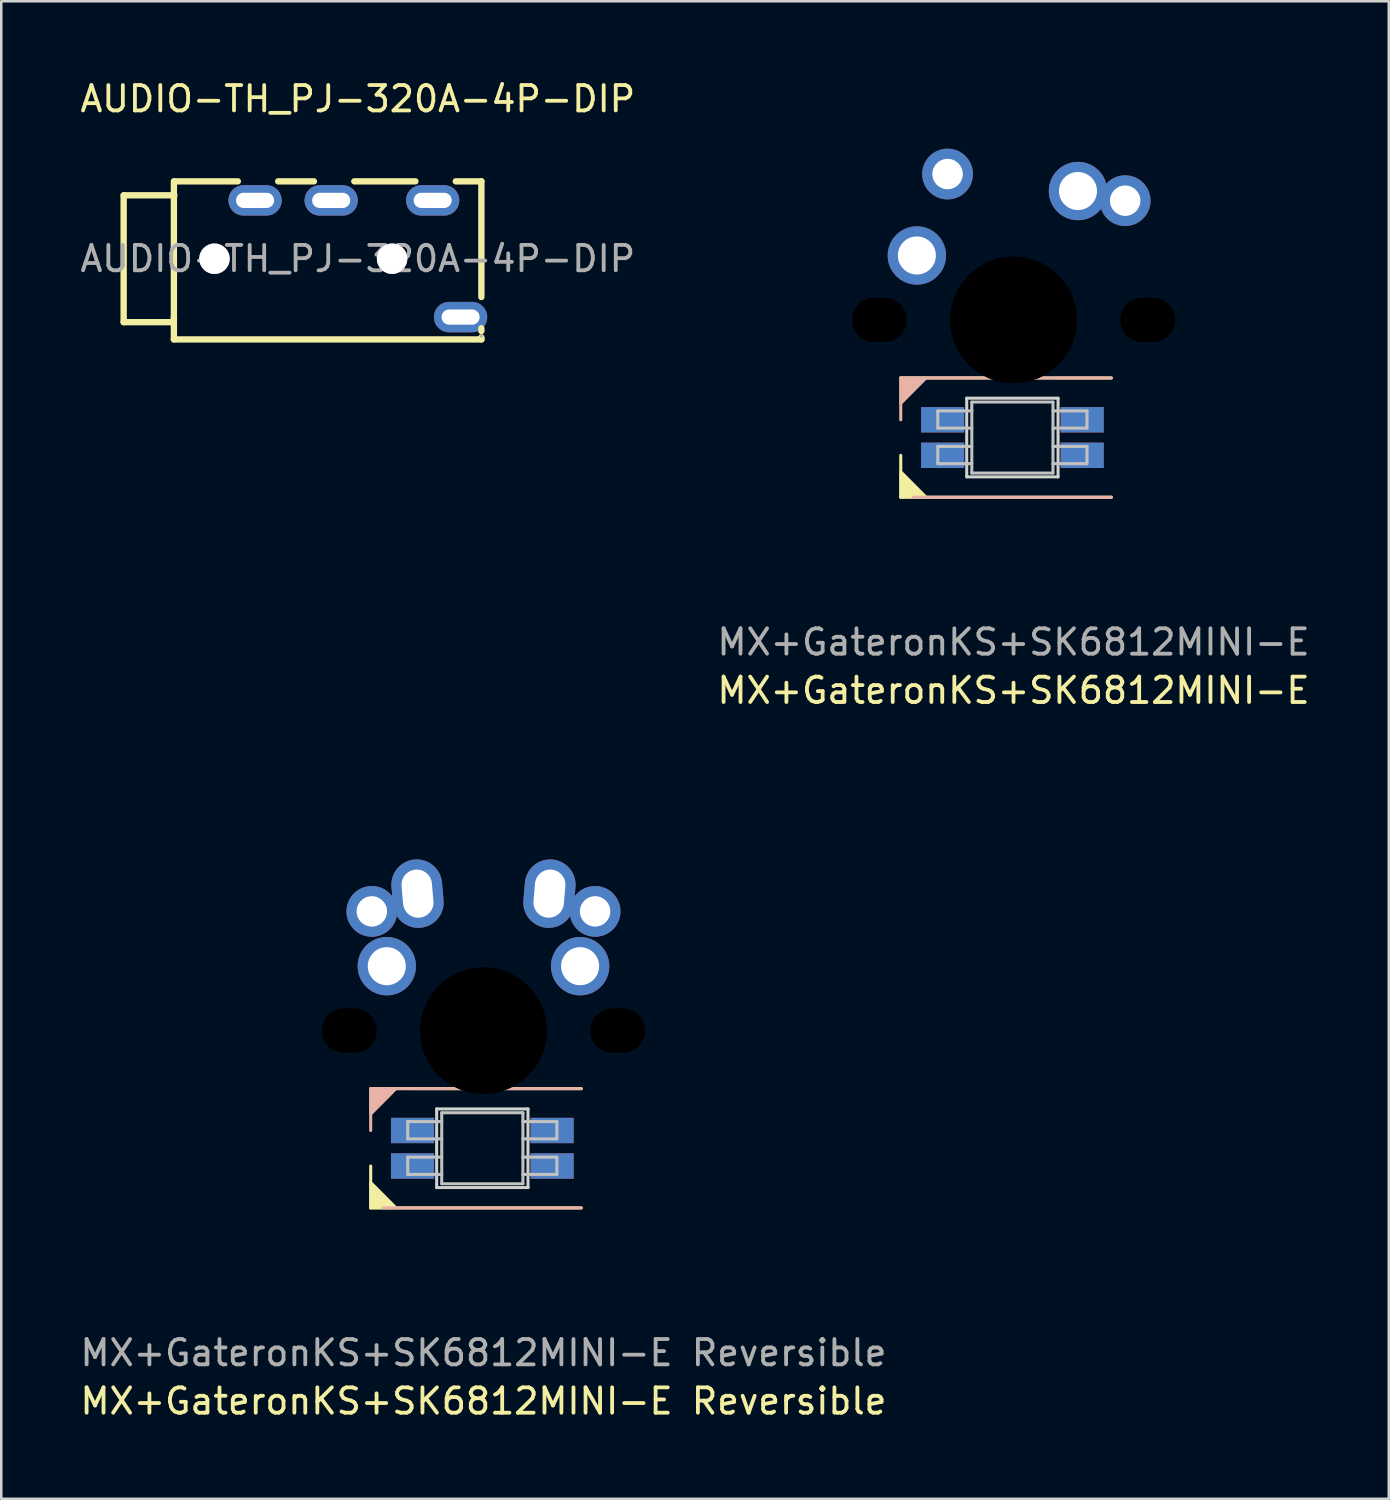
<source format=kicad_pcb>
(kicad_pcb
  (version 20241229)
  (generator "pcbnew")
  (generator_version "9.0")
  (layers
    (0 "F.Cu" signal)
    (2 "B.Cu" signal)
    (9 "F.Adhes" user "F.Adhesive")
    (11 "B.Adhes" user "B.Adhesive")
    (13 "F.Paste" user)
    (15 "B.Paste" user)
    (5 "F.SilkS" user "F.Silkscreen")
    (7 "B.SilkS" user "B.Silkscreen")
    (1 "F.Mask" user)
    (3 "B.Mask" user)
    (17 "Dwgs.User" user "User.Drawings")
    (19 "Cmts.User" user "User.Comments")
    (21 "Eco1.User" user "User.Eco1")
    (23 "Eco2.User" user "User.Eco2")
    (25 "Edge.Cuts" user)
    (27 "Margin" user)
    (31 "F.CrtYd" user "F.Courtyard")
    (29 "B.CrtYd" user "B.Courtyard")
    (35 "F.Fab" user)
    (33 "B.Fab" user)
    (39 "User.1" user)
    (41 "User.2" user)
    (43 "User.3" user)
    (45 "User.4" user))
  (footprint "MX+GateronKS+SK6812MINI-E Reversible"
    (layer "F.Cu")
    (at 16.006 37.573)
    (property "Reference" "MX+GateronKS+SK6812MINI-E Reversible" (at 0 14.605 0) (unlocked yes) (layer "F.SilkS") (effects (font (size 1 1) (thickness 0.15))))
    (attr through_hole)
    (fp_line (start -4.445 2.286) (end 3.855 2.289) (stroke (width 0.12) (type solid)) (layer "F.SilkS"))
    (fp_line (start -4.445 6.989) (end -4.445 5.338) (stroke (width 0.12) (type solid)) (layer "F.SilkS"))
    (fp_line (start 3.855 6.989) (end -4.445 6.989) (stroke (width 0.12) (type solid)) (layer "F.SilkS"))
    (fp_poly (pts (xy -3.437 6.986) (xy -4.445 6.989) (xy -4.445 5.973)) (stroke (width 0.1) (type solid)) (fill yes) (layer "F.SilkS"))
    (fp_line (start -4.445 2.286) (end -4.445 3.937) (stroke (width 0.12) (type solid)) (layer "B.SilkS"))
    (fp_line (start -3.945 6.986) (end 3.855 6.986) (stroke (width 0.12) (type solid)) (layer "B.SilkS"))
    (fp_line (start 3.855 2.286) (end -4.445 2.286) (stroke (width 0.12) (type solid)) (layer "B.SilkS"))
    (fp_poly (pts (xy -4.445 3.302) (xy -4.445 2.286) (xy -3.437 2.286)) (stroke (width 0.1) (type solid)) (fill yes) (layer "B.SilkS"))
    (fp_line (start -2.985 3.586) (end -2.985 4.266) (stroke (width 0.12) (type solid)) (layer "Dwgs.User"))
    (fp_line (start -2.985 4.266) (end -1.645 4.266) (stroke (width 0.12) (type solid)) (layer "Dwgs.User"))
    (fp_line (start -2.985 4.986) (end -2.985 5.666) (stroke (width 0.12) (type solid)) (layer "Dwgs.User"))
    (fp_line (start -2.985 5.666) (end -1.645 5.666) (stroke (width 0.12) (type solid)) (layer "Dwgs.User"))
    (fp_line (start -1.645 3.236) (end -1.645 6.036) (stroke (width 0.12) (type solid)) (layer "Dwgs.User"))
    (fp_line (start -1.645 3.236) (end 1.555 3.236) (stroke (width 0.12) (type solid)) (layer "Dwgs.User"))
    (fp_line (start -1.645 3.586) (end -2.985 3.586) (stroke (width 0.12) (type solid)) (layer "Dwgs.User"))
    (fp_line (start -1.645 4.986) (end -2.985 4.986) (stroke (width 0.12) (type solid)) (layer "Dwgs.User"))
    (fp_line (start -1.645 6.036) (end 1.555 6.036) (stroke (width 0.12) (type solid)) (layer "Dwgs.User"))
    (fp_line (start 1.555 3.236) (end 1.555 6.036) (stroke (width 0.12) (type solid)) (layer "Dwgs.User"))
    (fp_line (start 1.555 4.266) (end 2.895 4.266) (stroke (width 0.12) (type solid)) (layer "Dwgs.User"))
    (fp_line (start 1.555 5.666) (end 2.895 5.666) (stroke (width 0.12) (type solid)) (layer "Dwgs.User"))
    (fp_line (start 2.895 3.586) (end 1.555 3.586) (stroke (width 0.12) (type solid)) (layer "Dwgs.User"))
    (fp_line (start 2.895 4.266) (end 2.895 3.586) (stroke (width 0.12) (type solid)) (layer "Dwgs.User"))
    (fp_line (start 2.895 4.986) (end 1.555 4.986) (stroke (width 0.12) (type solid)) (layer "Dwgs.User"))
    (fp_line (start 2.895 5.666) (end 2.895 4.986) (stroke (width 0.12) (type solid)) (layer "Dwgs.User"))
    (fp_line (start -1.845 3.086) (end -1.845 6.186) (stroke (width 0.12) (type solid)) (layer "Edge.Cuts"))
    (fp_line (start -1.845 6.186) (end 1.755 6.186) (stroke (width 0.12) (type solid)) (layer "Edge.Cuts"))
    (fp_line (start 1.755 3.086) (end -1.845 3.086) (stroke (width 0.12) (type solid)) (layer "Edge.Cuts"))
    (fp_line (start 1.755 6.186) (end 1.755 3.086) (stroke (width 0.12) (type solid)) (layer "Edge.Cuts"))
    (fp_line (start -7.5 -7) (end -7 -7.5) (stroke (width 0.12) (type solid)) (layer "User.1"))
    (fp_line (start -7.5 7) (end -7.5 -7) (stroke (width 0.12) (type solid)) (layer "User.1"))
    (fp_line (start -7 -7.5) (end 7 -7.5) (stroke (width 0.12) (type solid)) (layer "User.1"))
    (fp_line (start -7 7.5) (end -7.5 7) (stroke (width 0.12) (type solid)) (layer "User.1"))
    (fp_line (start 7 -7.5) (end 7.5 -7) (stroke (width 0.12) (type solid)) (layer "User.1"))
    (fp_line (start 7 7.5) (end -7 7.5) (stroke (width 0.12) (type solid)) (layer "User.1"))
    (fp_line (start 7.5 -7) (end 7.5 7) (stroke (width 0.12) (type solid)) (layer "User.1"))
    (fp_line (start 7.5 7) (end 7 7.5) (stroke (width 0.12) (type solid)) (layer "User.1"))
    (fp_rect (start 9.5 9.5) (end -9.5 -9.5) (stroke (width 0.12) (type solid)) (fill no) (layer "User.1"))
    (fp_line (start -7.5 -7.5) (end 7.5 -7.5) (stroke (width 0.2) (type solid)) (layer "User.2"))
    (fp_line (start -7.5 7.5) (end -7.5 -7.5) (stroke (width 0.2) (type solid)) (layer "User.2"))
    (fp_line (start -3.1 -5.9) (end -2.1 -5.9) (stroke (width 0.2) (type solid)) (layer "User.2"))
    (fp_line (start -3.1 -5.6) (end -3.1 -5.9) (stroke (width 0.2) (type solid)) (layer "User.2"))
    (fp_line (start -2.1 -5.9) (end -2.1 -5.6) (stroke (width 0.2) (type solid)) (layer "User.2"))
    (fp_line (start -2.1 -5.6) (end -3.1 -5.6) (stroke (width 0.2) (type solid)) (layer "User.2"))
    (fp_line (start -1.8 3.5) (end -1.8 5.75) (stroke (width 0.2) (type solid)) (layer "User.2"))
    (fp_line (start -1.8 5.75) (end 3.2 5.75) (stroke (width 0.2) (type solid)) (layer "User.2"))
    (fp_line (start 3.2 3.5) (end -1.8 3.5) (stroke (width 0.2) (type solid)) (layer "User.2"))
    (fp_line (start 3.2 5.75) (end 3.2 3.5) (stroke (width 0.2) (type solid)) (layer "User.2"))
    (fp_line (start 4.25 -4.925) (end 4.55 -4.925) (stroke (width 0.2) (type solid)) (layer "User.2"))
    (fp_line (start 4.25 -4.475) (end 4.25 -4.925) (stroke (width 0.2) (type solid)) (layer "User.2"))
    (fp_line (start 4.55 -4.925) (end 4.55 -4.475) (stroke (width 0.2) (type solid)) (layer "User.2"))
    (fp_line (start 4.55 -4.475) (end 4.25 -4.475) (stroke (width 0.2) (type solid)) (layer "User.2"))
    (fp_line (start 7.5 -7.5) (end 7.5 7.5) (stroke (width 0.2) (type solid)) (layer "User.2"))
    (fp_line (start 7.5 7.5) (end -7.5 7.5) (stroke (width 0.2) (type solid)) (layer "User.2"))
    (fp_circle (center 0 0) (end -2.525 0) (stroke (width 0.2) (type solid)) (fill no) (layer "User.2"))
    (fp_text user "${REFERENCE}" (at 0 12.7 0) (unlocked yes) (layer "F.Fab") (effects (font (size 1 1) (thickness 0.15))))
    (pad "" np_thru_hole oval (at -5.29 0 180) (size 2.17 1.75) (drill oval 2.17 1.75) (layers "*.Mask"))
    (pad "" np_thru_hole circle (at 0 0 180) (size 5.2 5.2) (drill 5) (layers "*.Mask"))
    (pad "" np_thru_hole oval (at 5.29 0 180) (size 2.17 1.75) (drill oval 2.17 1.75) (layers "*.Mask"))
    (pad "1" thru_hole oval (at 2.6 -5.4 175) (size 2 2.7) (drill oval 1.2 1.9) (layers "*.Cu" "*.Mask"))
    (pad "1" smd rect (at 2.705 3.936) (size 1.7 1) (layers "F.Cu" "F.Mask" "F.Paste"))
    (pad "1" smd rect (at 2.705 5.336) (size 1.7 1) (layers "B.Cu" "B.Mask" "B.Paste"))
    (pad "1" thru_hole circle (at 3.81 -2.54 180) (size 2.3 2.3) (drill 1.5) (layers "*.Cu" "*.Mask"))
    (pad "1" thru_hole circle (at 4.4 -4.7 180) (size 2 2) (drill 1.2) (layers "*.Cu" "*.Mask"))
    (pad "2" thru_hole circle (at -4.4 -4.7 180) (size 2 2) (drill 1.2) (layers "*.Cu" "*.Mask"))
    (pad "2" thru_hole circle (at -3.81 -2.54 180) (size 2.3 2.3) (drill 1.5) (layers "*.Cu" "*.Mask"))
    (pad "2" thru_hole oval (at -2.6 -5.4 185) (size 2 2.7) (drill oval 1.2 1.9) (layers "*.Cu" "*.Mask"))
    (pad "2" smd rect (at 2.705 3.936) (size 1.7 1) (layers "B.Cu" "B.Mask" "B.Paste"))
    (pad "2" smd rect (at 2.705 5.336) (size 1.7 1) (layers "F.Cu" "F.Mask" "F.Paste"))
    (pad "3" smd rect (at -2.795 3.936) (size 1.7 1) (layers "B.Cu" "B.Mask" "B.Paste"))
    (pad "3" smd rect (at -2.795 5.336) (size 1.7 1) (layers "F.Cu" "F.Mask" "F.Paste"))
    (pad "4" smd rect (at -2.795 3.936) (size 1.7 1) (layers "F.Cu" "F.Mask" "F.Paste"))
    (pad "4" smd rect (at -2.795 5.336) (size 1.7 1) (layers "B.Cu" "B.Mask" "B.Paste")))
  (footprint "AUDIO-TH_PJ-320A-4P-DIP"
    (layer "F.Cu")
    (at 11.054 7.148)
    (property "Reference" "AUDIO-TH_PJ-320A-4P-DIP" (at 0 -6.3 0) (layer "F.SilkS") (effects (font (size 1 1) (thickness 0.15))))
    (attr through_hole)
    (fp_line (start -9.23 -2.5) (end -9.23 2.5) (stroke (width 0.25) (type solid)) (layer "F.SilkS"))
    (fp_line (start -9.23 -2.5) (end -7.23 -2.5) (stroke (width 0.25) (type solid)) (layer "F.SilkS"))
    (fp_line (start -9.23 2.5) (end -7.25 2.5) (stroke (width 0.25) (type solid)) (layer "F.SilkS"))
    (fp_line (start -7.25 2.46) (end -7.25 -3.05) (stroke (width 0.25) (type solid)) (layer "F.SilkS"))
    (fp_line (start -7.25 3.18) (end -7.25 2.3) (stroke (width 0.25) (type solid)) (layer "F.SilkS"))
    (fp_line (start -7.23 -3.05) (end -4.73 -3.05) (stroke (width 0.25) (type solid)) (layer "F.SilkS"))
    (fp_line (start -3.14 -3.05) (end -1.73 -3.05) (stroke (width 0.25) (type solid)) (layer "F.SilkS"))
    (fp_line (start -0.14 -3.05) (end 2.27 -3.05) (stroke (width 0.25) (type solid)) (layer "F.SilkS"))
    (fp_line (start 3.86 -3.05) (end 4.87 -3.05) (stroke (width 0.25) (type solid)) (layer "F.SilkS"))
    (fp_line (start 4.87 -3.05) (end 4.87 1.51) (stroke (width 0.25) (type solid)) (layer "F.SilkS"))
    (fp_line (start 4.87 2.74) (end 4.87 2.85) (stroke (width 0.25) (type solid)) (layer "F.SilkS"))
    (fp_line (start 4.87 3.1) (end 4.87 3.18) (stroke (width 0.25) (type solid)) (layer "F.SilkS"))
    (fp_line (start 4.87 3.18) (end -7.25 3.18) (stroke (width 0.25) (type solid)) (layer "F.SilkS"))
    (fp_circle (center -5.65 0) (end -5.46 0) (stroke (width 0.38) (type solid)) (fill no) (layer "Cmts.User"))
    (fp_circle (center 1.35 0) (end 1.54 0) (stroke (width 0.38) (type solid)) (fill no) (layer "Cmts.User"))
    (fp_circle (center 4.87 3.05) (end 4.9 3.05) (stroke (width 0.06) (type solid)) (fill no) (layer "F.Fab"))
    (fp_text user "${REFERENCE}" (at 0 0 0) (layer "F.Fab") (effects (font (size 1 1) (thickness 0.15))))
    (pad "" thru_hole circle (at -5.65 0) (size 1.2 1.2) (drill 1.2) (layers "*.Cu" "*.Mask"))
    (pad "" thru_hole circle (at 1.35 0) (size 1.2 1.2) (drill 1.2) (layers "*.Cu" "*.Mask"))
    (pad "R1" thru_hole oval (at -1.05 -2.3 90) (size 1.2 2.1) (drill oval 0.6 1.5) (layers "*.Cu" "*.Mask"))
    (pad "R2" thru_hole oval (at -4.05 -2.3 90) (size 1.2 2.1) (drill oval 0.6 1.5) (layers "*.Cu" "*.Mask"))
    (pad "S" thru_hole oval (at 4.05 2.3 90) (size 1.2 2.1) (drill oval 0.6 1.5) (layers "*.Cu" "*.Mask"))
    (pad "T" thru_hole oval (at 2.95 -2.3 90) (size 1.2 2.1) (drill oval 0.6 1.5) (layers "*.Cu" "*.Mask")))
  (footprint "MX+GateronKS+SK6812MINI-E"
    (layer "F.Cu")
    (at 36.899 9.56)
    (property "Reference" "MX+GateronKS+SK6812MINI-E" (at 0 14.605 0) (unlocked yes) (layer "F.SilkS") (effects (font (size 1 1) (thickness 0.15))))
    (attr through_hole)
    (fp_line (start -4.445 2.286) (end 3.855 2.289) (stroke (width 0.12) (type solid)) (layer "F.SilkS"))
    (fp_line (start -4.445 6.989) (end -4.445 5.338) (stroke (width 0.12) (type solid)) (layer "F.SilkS"))
    (fp_line (start 3.855 6.989) (end -4.445 6.989) (stroke (width 0.12) (type solid)) (layer "F.SilkS"))
    (fp_poly (pts (xy -3.437 6.986) (xy -4.445 6.989) (xy -4.445 5.973)) (stroke (width 0.1) (type solid)) (fill yes) (layer "F.SilkS"))
    (fp_line (start -4.445 2.286) (end -4.445 3.937) (stroke (width 0.12) (type solid)) (layer "B.SilkS"))
    (fp_line (start -3.945 6.986) (end 3.855 6.986) (stroke (width 0.12) (type solid)) (layer "B.SilkS"))
    (fp_line (start 3.855 2.286) (end -4.445 2.286) (stroke (width 0.12) (type solid)) (layer "B.SilkS"))
    (fp_poly (pts (xy -4.445 3.302) (xy -4.445 2.286) (xy -3.437 2.286)) (stroke (width 0.1) (type solid)) (fill yes) (layer "B.SilkS"))
    (fp_line (start -2.985 3.586) (end -2.985 4.266) (stroke (width 0.12) (type solid)) (layer "Dwgs.User"))
    (fp_line (start -2.985 4.266) (end -1.645 4.266) (stroke (width 0.12) (type solid)) (layer "Dwgs.User"))
    (fp_line (start -2.985 4.986) (end -2.985 5.666) (stroke (width 0.12) (type solid)) (layer "Dwgs.User"))
    (fp_line (start -2.985 5.666) (end -1.645 5.666) (stroke (width 0.12) (type solid)) (layer "Dwgs.User"))
    (fp_line (start -1.645 3.236) (end -1.645 6.036) (stroke (width 0.12) (type solid)) (layer "Dwgs.User"))
    (fp_line (start -1.645 3.236) (end 1.555 3.236) (stroke (width 0.12) (type solid)) (layer "Dwgs.User"))
    (fp_line (start -1.645 3.586) (end -2.985 3.586) (stroke (width 0.12) (type solid)) (layer "Dwgs.User"))
    (fp_line (start -1.645 4.986) (end -2.985 4.986) (stroke (width 0.12) (type solid)) (layer "Dwgs.User"))
    (fp_line (start -1.645 6.036) (end 1.555 6.036) (stroke (width 0.12) (type solid)) (layer "Dwgs.User"))
    (fp_line (start 1.555 3.236) (end 1.555 6.036) (stroke (width 0.12) (type solid)) (layer "Dwgs.User"))
    (fp_line (start 1.555 4.266) (end 2.895 4.266) (stroke (width 0.12) (type solid)) (layer "Dwgs.User"))
    (fp_line (start 1.555 5.666) (end 2.895 5.666) (stroke (width 0.12) (type solid)) (layer "Dwgs.User"))
    (fp_line (start 2.895 3.586) (end 1.555 3.586) (stroke (width 0.12) (type solid)) (layer "Dwgs.User"))
    (fp_line (start 2.895 4.266) (end 2.895 3.586) (stroke (width 0.12) (type solid)) (layer "Dwgs.User"))
    (fp_line (start 2.895 4.986) (end 1.555 4.986) (stroke (width 0.12) (type solid)) (layer "Dwgs.User"))
    (fp_line (start 2.895 5.666) (end 2.895 4.986) (stroke (width 0.12) (type solid)) (layer "Dwgs.User"))
    (fp_line (start -1.845 3.086) (end -1.845 6.186) (stroke (width 0.12) (type solid)) (layer "Edge.Cuts"))
    (fp_line (start -1.845 6.186) (end 1.755 6.186) (stroke (width 0.12) (type solid)) (layer "Edge.Cuts"))
    (fp_line (start 1.755 3.086) (end -1.845 3.086) (stroke (width 0.12) (type solid)) (layer "Edge.Cuts"))
    (fp_line (start 1.755 6.186) (end 1.755 3.086) (stroke (width 0.12) (type solid)) (layer "Edge.Cuts"))
    (fp_line (start -7.5 -7) (end -7 -7.5) (stroke (width 0.12) (type solid)) (layer "User.1"))
    (fp_line (start -7.5 7) (end -7.5 -7) (stroke (width 0.12) (type solid)) (layer "User.1"))
    (fp_line (start -7 -7.5) (end 7 -7.5) (stroke (width 0.12) (type solid)) (layer "User.1"))
    (fp_line (start -7 7.5) (end -7.5 7) (stroke (width 0.12) (type solid)) (layer "User.1"))
    (fp_line (start 7 -7.5) (end 7.5 -7) (stroke (width 0.12) (type solid)) (layer "User.1"))
    (fp_line (start 7 7.5) (end -7 7.5) (stroke (width 0.12) (type solid)) (layer "User.1"))
    (fp_line (start 7.5 -7) (end 7.5 7) (stroke (width 0.12) (type solid)) (layer "User.1"))
    (fp_line (start 7.5 7) (end 7 7.5) (stroke (width 0.12) (type solid)) (layer "User.1"))
    (fp_rect (start 9.5 9.5) (end -9.5 -9.5) (stroke (width 0.12) (type solid)) (fill no) (layer "User.1"))
    (fp_line (start -7.5 -7.5) (end 7.5 -7.5) (stroke (width 0.2) (type solid)) (layer "User.2"))
    (fp_line (start -7.5 7.5) (end -7.5 -7.5) (stroke (width 0.2) (type solid)) (layer "User.2"))
    (fp_line (start -3.1 -5.9) (end -2.1 -5.9) (stroke (width 0.2) (type solid)) (layer "User.2"))
    (fp_line (start -3.1 -5.6) (end -3.1 -5.9) (stroke (width 0.2) (type solid)) (layer "User.2"))
    (fp_line (start -2.1 -5.9) (end -2.1 -5.6) (stroke (width 0.2) (type solid)) (layer "User.2"))
    (fp_line (start -2.1 -5.6) (end -3.1 -5.6) (stroke (width 0.2) (type solid)) (layer "User.2"))
    (fp_line (start -1.8 3.5) (end -1.8 5.75) (stroke (width 0.2) (type solid)) (layer "User.2"))
    (fp_line (start -1.8 5.75) (end 3.2 5.75) (stroke (width 0.2) (type solid)) (layer "User.2"))
    (fp_line (start 3.2 3.5) (end -1.8 3.5) (stroke (width 0.2) (type solid)) (layer "User.2"))
    (fp_line (start 3.2 5.75) (end 3.2 3.5) (stroke (width 0.2) (type solid)) (layer "User.2"))
    (fp_line (start 4.25 -4.925) (end 4.55 -4.925) (stroke (width 0.2) (type solid)) (layer "User.2"))
    (fp_line (start 4.25 -4.475) (end 4.25 -4.925) (stroke (width 0.2) (type solid)) (layer "User.2"))
    (fp_line (start 4.55 -4.925) (end 4.55 -4.475) (stroke (width 0.2) (type solid)) (layer "User.2"))
    (fp_line (start 4.55 -4.475) (end 4.25 -4.475) (stroke (width 0.2) (type solid)) (layer "User.2"))
    (fp_line (start 7.5 -7.5) (end 7.5 7.5) (stroke (width 0.2) (type solid)) (layer "User.2"))
    (fp_line (start 7.5 7.5) (end -7.5 7.5) (stroke (width 0.2) (type solid)) (layer "User.2"))
    (fp_circle (center 0 0) (end -2.525 0) (stroke (width 0.2) (type solid)) (fill no) (layer "User.2"))
    (fp_text user "${REFERENCE}" (at 0 12.7 0) (unlocked yes) (layer "F.Fab") (effects (font (size 1 1) (thickness 0.15))))
    (pad "" np_thru_hole oval (at -5.29 0 180) (size 2.17 1.75) (drill oval 2.17 1.75) (layers "*.Mask"))
    (pad "" np_thru_hole circle (at 0 0 180) (size 5.2 5.2) (drill 5) (layers "*.Mask"))
    (pad "" np_thru_hole oval (at 5.29 0 180) (size 2.17 1.75) (drill oval 2.17 1.75) (layers "*.Mask"))
    (pad "1" thru_hole circle (at 2.54 -5.08 180) (size 2.3 2.3) (drill 1.5) (layers "*.Cu" "*.Mask"))
    (pad "1" smd rect (at 2.705 3.936) (size 1.7 1) (layers "F.Cu" "F.Mask" "F.Paste"))
    (pad "1" smd rect (at 2.705 5.336) (size 1.7 1) (layers "B.Cu" "B.Mask" "B.Paste"))
    (pad "1" thru_hole circle (at 4.4 -4.7 180) (size 2 2) (drill 1.2) (layers "*.Cu" "*.Mask"))
    (pad "2" thru_hole circle (at -3.81 -2.54 180) (size 2.3 2.3) (drill 1.5) (layers "*.Cu" "*.Mask"))
    (pad "2" thru_hole circle (at -2.6 -5.75 180) (size 2 2) (drill 1.2) (layers "*.Cu" "*.Mask"))
    (pad "2" smd rect (at 2.705 3.936) (size 1.7 1) (layers "B.Cu" "B.Mask" "B.Paste"))
    (pad "2" smd rect (at 2.705 5.336) (size 1.7 1) (layers "F.Cu" "F.Mask" "F.Paste"))
    (pad "3" smd rect (at -2.795 3.936) (size 1.7 1) (layers "B.Cu" "B.Mask" "B.Paste"))
    (pad "3" smd rect (at -2.795 5.336) (size 1.7 1) (layers "F.Cu" "F.Mask" "F.Paste"))
    (pad "4" smd rect (at -2.795 3.936) (size 1.7 1) (layers "F.Cu" "F.Mask" "F.Paste"))
    (pad "4" smd rect (at -2.795 5.336) (size 1.7 1) (layers "B.Cu" "B.Mask" "B.Paste")))
  (gr_rect
    (start -3 -3)
    (end 51.69 56.026)
    (stroke (width 0.1) (type default))
    (fill no)
    (layer "Edge.Cuts")))
</source>
